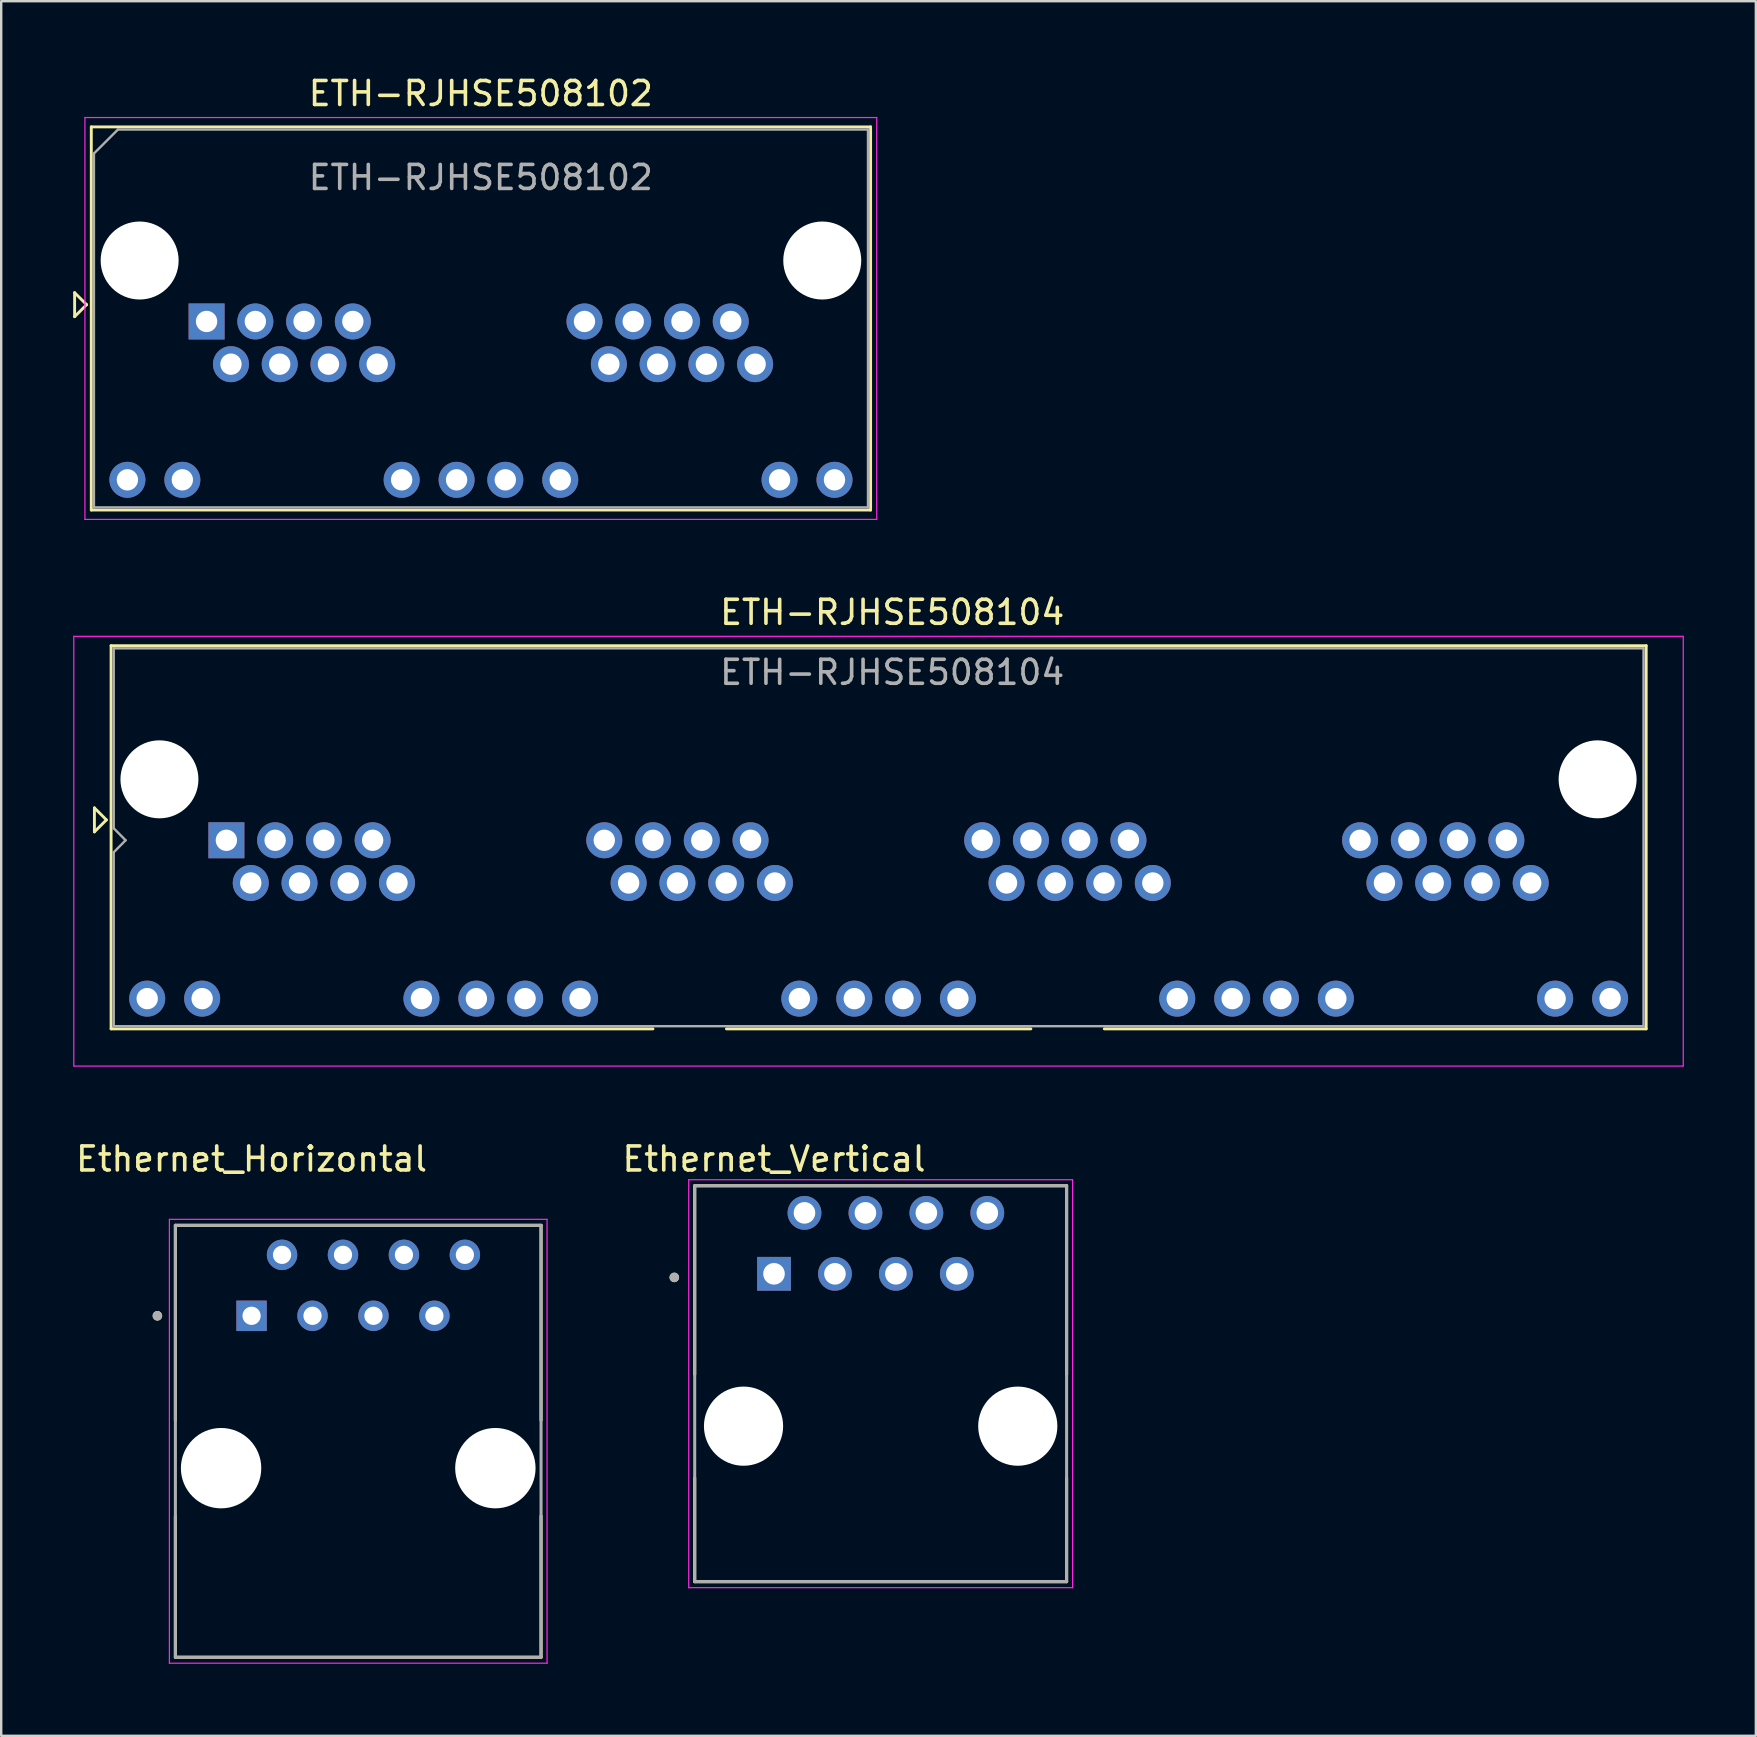
<source format=kicad_pcb>
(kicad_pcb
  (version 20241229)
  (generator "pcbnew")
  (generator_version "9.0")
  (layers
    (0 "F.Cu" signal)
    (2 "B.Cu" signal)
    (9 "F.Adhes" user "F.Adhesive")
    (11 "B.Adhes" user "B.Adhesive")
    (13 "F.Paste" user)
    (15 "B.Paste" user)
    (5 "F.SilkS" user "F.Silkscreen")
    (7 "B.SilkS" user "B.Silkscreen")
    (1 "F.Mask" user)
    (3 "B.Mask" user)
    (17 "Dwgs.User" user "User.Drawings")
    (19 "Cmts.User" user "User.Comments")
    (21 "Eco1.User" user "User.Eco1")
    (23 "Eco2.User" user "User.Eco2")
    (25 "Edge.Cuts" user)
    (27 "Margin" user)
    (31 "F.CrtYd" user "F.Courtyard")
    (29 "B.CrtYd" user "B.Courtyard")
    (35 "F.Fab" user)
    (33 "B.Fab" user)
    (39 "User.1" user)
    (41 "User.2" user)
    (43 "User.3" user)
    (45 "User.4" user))
  (footprint "ETH-RJHSE508102"
    (layer "F.Cu")
    (at 16.99 2.348)
    (property "Reference" "ETH-RJHSE508102" (at 0 -1.5 0) (layer "F.SilkS") (effects (font (size 1 1) (thickness 0.15))))
    (attr through_hole)
    (fp_line (start -16.93 6.8) (end -16.43 7.3) (stroke (width 0.12) (type solid)) (layer "F.SilkS"))
    (fp_line (start -16.93 7.8) (end -16.93 6.8) (stroke (width 0.12) (type solid)) (layer "F.SilkS"))
    (fp_line (start -16.43 7.3) (end -16.93 7.8) (stroke (width 0.12) (type solid)) (layer "F.SilkS"))
    (fp_line (start -16.235 -0.11) (end -16.235 15.86) (stroke (width 0.12) (type solid)) (layer "F.SilkS"))
    (fp_line (start -16.235 -0.11) (end 16.245 -0.11) (stroke (width 0.12) (type solid)) (layer "F.SilkS"))
    (fp_line (start -16.235 15.86) (end 16.245 15.86) (stroke (width 0.12) (type solid)) (layer "F.SilkS"))
    (fp_line (start 16.245 -0.11) (end 16.245 15.86) (stroke (width 0.12) (type solid)) (layer "F.SilkS"))
    (fp_line (start -16.5 -0.5) (end -16.5 16.25) (stroke (width 0.05) (type solid)) (layer "F.CrtYd"))
    (fp_line (start -16.5 -0.5) (end 16.5 -0.5) (stroke (width 0.05) (type solid)) (layer "F.CrtYd"))
    (fp_line (start -16.5 16.25) (end 16.5 16.25) (stroke (width 0.05) (type solid)) (layer "F.CrtYd"))
    (fp_line (start 16.5 -0.5) (end 16.5 16.25) (stroke (width 0.05) (type solid)) (layer "F.CrtYd"))
    (fp_line (start -16.125 1) (end -16.125 15.75) (stroke (width 0.1) (type solid)) (layer "F.Fab"))
    (fp_line (start -16.125 1) (end -15.125 0) (stroke (width 0.1) (type solid)) (layer "F.Fab"))
    (fp_line (start -16.125 15.75) (end 16.135 15.75) (stroke (width 0.1) (type solid)) (layer "F.Fab"))
    (fp_line (start -15.125 0) (end 16.135 0) (stroke (width 0.1) (type solid)) (layer "F.Fab"))
    (fp_line (start 16.135 0) (end 16.135 15.75) (stroke (width 0.1) (type solid)) (layer "F.Fab"))
    (fp_text user "${REFERENCE}" (at 0 2 0) (layer "F.Fab") (effects (font (size 1 1) (thickness 0.15))))
    (pad "" np_thru_hole circle (at -14.22 5.46) (size 3.25 3.25) (drill 3.25) (layers "*.Cu" "*.Mask"))
    (pad "" np_thru_hole circle (at 14.23 5.46) (size 3.25 3.25) (drill 3.25) (layers "*.Cu" "*.Mask"))
    (pad "1_1" thru_hole rect (at -11.43 8) (size 1.5 1.5) (drill 0.89) (layers "*.Cu" "*.Mask"))
    (pad "1_2" thru_hole circle (at -10.414 9.78) (size 1.5 1.5) (drill 0.89) (layers "*.Cu" "*.Mask"))
    (pad "1_3" thru_hole circle (at -9.398 8) (size 1.5 1.5) (drill 0.89) (layers "*.Cu" "*.Mask"))
    (pad "1_4" thru_hole circle (at -8.382 9.78) (size 1.5 1.5) (drill 0.89) (layers "*.Cu" "*.Mask"))
    (pad "1_5" thru_hole circle (at -7.366 8) (size 1.5 1.5) (drill 0.89) (layers "*.Cu" "*.Mask"))
    (pad "1_6" thru_hole circle (at -6.35 9.78) (size 1.5 1.5) (drill 0.89) (layers "*.Cu" "*.Mask"))
    (pad "1_7" thru_hole circle (at -5.334 8) (size 1.5 1.5) (drill 0.89) (layers "*.Cu" "*.Mask"))
    (pad "1_8" thru_hole circle (at -4.318 9.78) (size 1.5 1.5) (drill 0.89) (layers "*.Cu" "*.Mask"))
    (pad "1_9" thru_hole circle (at -14.73 14.6) (size 1.5 1.5) (drill 0.89) (layers "*.Cu" "*.Mask"))
    (pad "1_10" thru_hole circle (at -12.44 14.6) (size 1.5 1.5) (drill 0.89) (layers "*.Cu" "*.Mask"))
    (pad "1_11" thru_hole circle (at -3.3 14.6) (size 1.5 1.5) (drill 0.89) (layers "*.Cu" "*.Mask"))
    (pad "1_12" thru_hole circle (at -1.01 14.6) (size 1.5 1.5) (drill 0.89) (layers "*.Cu" "*.Mask"))
    (pad "2_1" thru_hole circle (at 4.32 8) (size 1.5 1.5) (drill 0.89) (layers "*.Cu" "*.Mask"))
    (pad "2_2" thru_hole circle (at 5.336 9.78) (size 1.5 1.5) (drill 0.89) (layers "*.Cu" "*.Mask"))
    (pad "2_3" thru_hole circle (at 6.352 8) (size 1.5 1.5) (drill 0.89) (layers "*.Cu" "*.Mask"))
    (pad "2_4" thru_hole circle (at 7.368 9.78) (size 1.5 1.5) (drill 0.89) (layers "*.Cu" "*.Mask"))
    (pad "2_5" thru_hole circle (at 8.384 8) (size 1.5 1.5) (drill 0.89) (layers "*.Cu" "*.Mask"))
    (pad "2_6" thru_hole circle (at 9.4 9.78) (size 1.5 1.5) (drill 0.89) (layers "*.Cu" "*.Mask"))
    (pad "2_7" thru_hole circle (at 10.416 8) (size 1.5 1.5) (drill 0.89) (layers "*.Cu" "*.Mask"))
    (pad "2_8" thru_hole circle (at 11.432 9.78) (size 1.5 1.5) (drill 0.89) (layers "*.Cu" "*.Mask"))
    (pad "2_9" thru_hole circle (at 1.02 14.6) (size 1.5 1.5) (drill 0.89) (layers "*.Cu" "*.Mask"))
    (pad "2_10" thru_hole circle (at 3.31 14.6) (size 1.5 1.5) (drill 0.89) (layers "*.Cu" "*.Mask"))
    (pad "2_11" thru_hole circle (at 12.45 14.6) (size 1.5 1.5) (drill 0.89) (layers "*.Cu" "*.Mask"))
    (pad "2_12" thru_hole circle (at 14.74 14.6) (size 1.5 1.5) (drill 0.89) (layers "*.Cu" "*.Mask")))
  (footprint "Ethernet_Vertical"
    (layer "F.Cu")
    (at 33.654 56.39)
    (property "Reference" "Ethernet_Vertical" (at -4.445 -11.135 0) (layer "F.SilkS") (effects (font (size 1 1) (thickness 0.15))))
    (attr through_hole)
    (fp_line (start -7.75 -10.02) (end 7.75 -10.02) (stroke (width 0.127) (type solid)) (layer "F.SilkS"))
    (fp_line (start -7.75 -2.16) (end -7.75 -10.02) (stroke (width 0.127) (type solid)) (layer "F.SilkS"))
    (fp_line (start -7.75 6.48) (end -7.75 2.16) (stroke (width 0.127) (type solid)) (layer "F.SilkS"))
    (fp_line (start 7.75 -10.02) (end 7.75 -2.16) (stroke (width 0.127) (type solid)) (layer "F.SilkS"))
    (fp_line (start 7.75 2.16) (end 7.75 6.48) (stroke (width 0.127) (type solid)) (layer "F.SilkS"))
    (fp_line (start 7.75 6.48) (end -7.75 6.48) (stroke (width 0.127) (type solid)) (layer "F.SilkS"))
    (fp_circle (center -8.6 -6.2) (end -8.5 -6.2) (stroke (width 0.2) (type solid)) (fill no) (layer "F.SilkS"))
    (fp_line (start -8 -10.27) (end 8 -10.27) (stroke (width 0.05) (type solid)) (layer "F.CrtYd"))
    (fp_line (start -8 6.73) (end -8 -10.27) (stroke (width 0.05) (type solid)) (layer "F.CrtYd"))
    (fp_line (start 8 -10.27) (end 8 6.73) (stroke (width 0.05) (type solid)) (layer "F.CrtYd"))
    (fp_line (start 8 6.73) (end -8 6.73) (stroke (width 0.05) (type solid)) (layer "F.CrtYd"))
    (fp_line (start -7.75 -10.02) (end 7.75 -10.02) (stroke (width 0.127) (type solid)) (layer "F.Fab"))
    (fp_line (start -7.75 6.48) (end -7.75 -10.02) (stroke (width 0.127) (type solid)) (layer "F.Fab"))
    (fp_line (start 7.75 -10.02) (end 7.75 6.48) (stroke (width 0.127) (type solid)) (layer "F.Fab"))
    (fp_line (start 7.75 6.48) (end -7.75 6.48) (stroke (width 0.127) (type solid)) (layer "F.Fab"))
    (fp_circle (center -8.6 -6.2) (end -8.5 -6.2) (stroke (width 0.2) (type solid)) (fill no) (layer "F.Fab"))
    (pad "" np_thru_hole circle (at -5.715 0) (size 3.3 3.3) (drill 3.3) (layers "*.Cu" "*.Mask"))
    (pad "" np_thru_hole circle (at 5.715 0) (size 3.3 3.3) (drill 3.3) (layers "*.Cu" "*.Mask"))
    (pad "1" thru_hole rect (at -4.445 -6.35) (size 1.408 1.408) (drill 0.9) (layers "*.Cu" "*.Mask"))
    (pad "2" thru_hole circle (at -3.175 -8.89) (size 1.408 1.408) (drill 0.9) (layers "*.Cu" "*.Mask"))
    (pad "3" thru_hole circle (at -1.905 -6.35) (size 1.408 1.408) (drill 0.9) (layers "*.Cu" "*.Mask"))
    (pad "4" thru_hole circle (at -0.635 -8.89) (size 1.408 1.408) (drill 0.9) (layers "*.Cu" "*.Mask"))
    (pad "5" thru_hole circle (at 0.635 -6.35) (size 1.408 1.408) (drill 0.9) (layers "*.Cu" "*.Mask"))
    (pad "6" thru_hole circle (at 1.905 -8.89) (size 1.408 1.408) (drill 0.9) (layers "*.Cu" "*.Mask"))
    (pad "7" thru_hole circle (at 3.175 -6.35) (size 1.408 1.408) (drill 0.9) (layers "*.Cu" "*.Mask"))
    (pad "8" thru_hole circle (at 4.445 -8.89) (size 1.408 1.408) (drill 0.9) (layers "*.Cu" "*.Mask")))
  (footprint "ETH-RJHSE508104"
    (layer "F.Cu")
    (at 33.385 31.971)
    (property "Reference" "ETH-RJHSE508104" (at 0.75 -9.5 0) (layer "F.SilkS") (effects (font (size 1 1) (thickness 0.15))))
    (attr through_hole)
    (fp_line (start -32.5 -1.35) (end -32 -0.85) (stroke (width 0.12) (type solid)) (layer "F.SilkS"))
    (fp_line (start -32.5 -0.35) (end -32.5 -1.35) (stroke (width 0.12) (type solid)) (layer "F.SilkS"))
    (fp_line (start -32 -0.85) (end -32.5 -0.35) (stroke (width 0.12) (type solid)) (layer "F.SilkS"))
    (fp_line (start -31.805 -8.11) (end -31.805 7.86) (stroke (width 0.12) (type solid)) (layer "F.SilkS"))
    (fp_line (start -31.805 -8.11) (end 32.175 -8.11) (stroke (width 0.12) (type solid)) (layer "F.SilkS"))
    (fp_line (start -31.805 7.86) (end -9.22 7.86) (stroke (width 0.12) (type solid)) (layer "F.SilkS"))
    (fp_line (start 6.53 7.86) (end -6.16 7.86) (stroke (width 0.12) (type solid)) (layer "F.SilkS"))
    (fp_line (start 9.59 7.86) (end 32.175 7.86) (stroke (width 0.12) (type solid)) (layer "F.SilkS"))
    (fp_line (start 32.175 -8.11) (end 32.175 7.86) (stroke (width 0.12) (type solid)) (layer "F.SilkS"))
    (fp_line (start -33.36 -8.5) (end -33.36 9.41) (stroke (width 0.05) (type solid)) (layer "F.CrtYd"))
    (fp_line (start -33.36 -8.5) (end 33.72 -8.5) (stroke (width 0.05) (type solid)) (layer "F.CrtYd"))
    (fp_line (start -33.36 9.41) (end 33.72 9.41) (stroke (width 0.05) (type solid)) (layer "F.CrtYd"))
    (fp_line (start 33.72 -8.5) (end 33.72 9.41) (stroke (width 0.05) (type solid)) (layer "F.CrtYd"))
    (fp_line (start -31.695 -8) (end -31.695 -0.5) (stroke (width 0.1) (type solid)) (layer "F.Fab"))
    (fp_line (start -31.695 -8) (end 32.065 -8) (stroke (width 0.1) (type solid)) (layer "F.Fab"))
    (fp_line (start -31.695 0.5) (end -31.695 7.75) (stroke (width 0.1) (type solid)) (layer "F.Fab"))
    (fp_line (start -31.695 0.5) (end -31.2 0) (stroke (width 0.1) (type solid)) (layer "F.Fab"))
    (fp_line (start -31.695 7.75) (end 32.065 7.75) (stroke (width 0.1) (type solid)) (layer "F.Fab"))
    (fp_line (start -31.2 0) (end -31.695 -0.5) (stroke (width 0.1) (type solid)) (layer "F.Fab"))
    (fp_line (start 32.065 -8) (end 32.065 7.75) (stroke (width 0.1) (type solid)) (layer "F.Fab"))
    (fp_text user "${REFERENCE}" (at 0.75 -7 0) (layer "F.Fab") (effects (font (size 1 1) (thickness 0.15))))
    (pad "" np_thru_hole circle (at -29.79 -2.54) (size 3.25 3.25) (drill 3.25) (layers "*.Cu" "*.Mask"))
    (pad "" np_thru_hole circle (at 30.15 -2.54) (size 3.25 3.25) (drill 3.25) (layers "*.Cu" "*.Mask"))
    (pad "1_1" thru_hole rect (at -27 0) (size 1.5 1.5) (drill 0.89) (layers "*.Cu" "*.Mask"))
    (pad "1_2" thru_hole circle (at -25.984 1.78) (size 1.5 1.5) (drill 0.89) (layers "*.Cu" "*.Mask"))
    (pad "1_3" thru_hole circle (at -24.968 0) (size 1.5 1.5) (drill 0.89) (layers "*.Cu" "*.Mask"))
    (pad "1_4" thru_hole circle (at -23.952 1.78) (size 1.5 1.5) (drill 0.89) (layers "*.Cu" "*.Mask"))
    (pad "1_5" thru_hole circle (at -22.936 0) (size 1.5 1.5) (drill 0.89) (layers "*.Cu" "*.Mask"))
    (pad "1_6" thru_hole circle (at -21.92 1.78) (size 1.5 1.5) (drill 0.89) (layers "*.Cu" "*.Mask"))
    (pad "1_7" thru_hole circle (at -20.904 0) (size 1.5 1.5) (drill 0.89) (layers "*.Cu" "*.Mask"))
    (pad "1_8" thru_hole circle (at -19.888 1.78) (size 1.5 1.5) (drill 0.89) (layers "*.Cu" "*.Mask"))
    (pad "1_9" thru_hole circle (at -30.3 6.6) (size 1.5 1.5) (drill 0.89) (layers "*.Cu" "*.Mask"))
    (pad "1_10" thru_hole circle (at -28.01 6.6) (size 1.5 1.5) (drill 0.89) (layers "*.Cu" "*.Mask"))
    (pad "1_11" thru_hole circle (at -18.87 6.6) (size 1.5 1.5) (drill 0.89) (layers "*.Cu" "*.Mask"))
    (pad "1_12" thru_hole circle (at -16.58 6.6) (size 1.5 1.5) (drill 0.89) (layers "*.Cu" "*.Mask"))
    (pad "2_1" thru_hole circle (at -11.25 0) (size 1.5 1.5) (drill 0.89) (layers "*.Cu" "*.Mask"))
    (pad "2_2" thru_hole circle (at -10.234 1.78) (size 1.5 1.5) (drill 0.89) (layers "*.Cu" "*.Mask"))
    (pad "2_3" thru_hole circle (at -9.218 0) (size 1.5 1.5) (drill 0.89) (layers "*.Cu" "*.Mask"))
    (pad "2_4" thru_hole circle (at -8.202 1.78) (size 1.5 1.5) (drill 0.89) (layers "*.Cu" "*.Mask"))
    (pad "2_5" thru_hole circle (at -7.186 0) (size 1.5 1.5) (drill 0.89) (layers "*.Cu" "*.Mask"))
    (pad "2_6" thru_hole circle (at -6.17 1.78) (size 1.5 1.5) (drill 0.89) (layers "*.Cu" "*.Mask"))
    (pad "2_7" thru_hole circle (at -5.154 0) (size 1.5 1.5) (drill 0.89) (layers "*.Cu" "*.Mask"))
    (pad "2_8" thru_hole circle (at -4.138 1.78) (size 1.5 1.5) (drill 0.89) (layers "*.Cu" "*.Mask"))
    (pad "2_9" thru_hole circle (at -14.55 6.6) (size 1.5 1.5) (drill 0.89) (layers "*.Cu" "*.Mask"))
    (pad "2_10" thru_hole circle (at -12.26 6.6) (size 1.5 1.5) (drill 0.89) (layers "*.Cu" "*.Mask"))
    (pad "2_11" thru_hole circle (at -3.12 6.6) (size 1.5 1.5) (drill 0.89) (layers "*.Cu" "*.Mask"))
    (pad "2_12" thru_hole circle (at -0.83 6.6) (size 1.5 1.5) (drill 0.89) (layers "*.Cu" "*.Mask"))
    (pad "3_1" thru_hole circle (at 4.5 0) (size 1.5 1.5) (drill 0.89) (layers "*.Cu" "*.Mask"))
    (pad "3_2" thru_hole circle (at 5.516 1.78) (size 1.5 1.5) (drill 0.89) (layers "*.Cu" "*.Mask"))
    (pad "3_3" thru_hole circle (at 6.532 0) (size 1.5 1.5) (drill 0.89) (layers "*.Cu" "*.Mask"))
    (pad "3_4" thru_hole circle (at 7.548 1.78) (size 1.5 1.5) (drill 0.89) (layers "*.Cu" "*.Mask"))
    (pad "3_5" thru_hole circle (at 8.564 0) (size 1.5 1.5) (drill 0.89) (layers "*.Cu" "*.Mask"))
    (pad "3_6" thru_hole circle (at 9.58 1.78) (size 1.5 1.5) (drill 0.89) (layers "*.Cu" "*.Mask"))
    (pad "3_7" thru_hole circle (at 10.596 0) (size 1.5 1.5) (drill 0.89) (layers "*.Cu" "*.Mask"))
    (pad "3_8" thru_hole circle (at 11.612 1.78) (size 1.5 1.5) (drill 0.89) (layers "*.Cu" "*.Mask"))
    (pad "3_9" thru_hole circle (at 1.2 6.6) (size 1.5 1.5) (drill 0.89) (layers "*.Cu" "*.Mask"))
    (pad "3_10" thru_hole circle (at 3.49 6.6) (size 1.5 1.5) (drill 0.89) (layers "*.Cu" "*.Mask"))
    (pad "3_11" thru_hole circle (at 12.63 6.6) (size 1.5 1.5) (drill 0.89) (layers "*.Cu" "*.Mask"))
    (pad "3_12" thru_hole circle (at 14.92 6.6) (size 1.5 1.5) (drill 0.89) (layers "*.Cu" "*.Mask"))
    (pad "4_1" thru_hole circle (at 20.25 0) (size 1.5 1.5) (drill 0.89) (layers "*.Cu" "*.Mask"))
    (pad "4_2" thru_hole circle (at 21.266 1.78) (size 1.5 1.5) (drill 0.89) (layers "*.Cu" "*.Mask"))
    (pad "4_3" thru_hole circle (at 22.282 0) (size 1.5 1.5) (drill 0.89) (layers "*.Cu" "*.Mask"))
    (pad "4_4" thru_hole circle (at 23.298 1.78) (size 1.5 1.5) (drill 0.89) (layers "*.Cu" "*.Mask"))
    (pad "4_5" thru_hole circle (at 24.314 0) (size 1.5 1.5) (drill 0.89) (layers "*.Cu" "*.Mask"))
    (pad "4_6" thru_hole circle (at 25.33 1.78) (size 1.5 1.5) (drill 0.89) (layers "*.Cu" "*.Mask"))
    (pad "4_7" thru_hole circle (at 26.346 0) (size 1.5 1.5) (drill 0.89) (layers "*.Cu" "*.Mask"))
    (pad "4_8" thru_hole circle (at 27.362 1.78) (size 1.5 1.5) (drill 0.89) (layers "*.Cu" "*.Mask"))
    (pad "4_9" thru_hole circle (at 16.95 6.6) (size 1.5 1.5) (drill 0.89) (layers "*.Cu" "*.Mask"))
    (pad "4_10" thru_hole circle (at 19.24 6.6) (size 1.5 1.5) (drill 0.89) (layers "*.Cu" "*.Mask"))
    (pad "4_11" thru_hole circle (at 28.38 6.6) (size 1.5 1.5) (drill 0.89) (layers "*.Cu" "*.Mask"))
    (pad "4_12" thru_hole circle (at 30.67 6.6) (size 1.5 1.5) (drill 0.89) (layers "*.Cu" "*.Mask")))
  (footprint "Ethernet_Horizontal"
    (layer "F.Cu")
    (at 11.88 58.14)
    (property "Reference" "Ethernet_Horizontal" (at -4.445 -12.885 0) (layer "F.SilkS") (effects (font (size 1 1) (thickness 0.15))))
    (attr through_hole)
    (fp_line (start -7.62 -10.12) (end -7.62 -1.995) (stroke (width 0.127) (type solid)) (layer "F.SilkS"))
    (fp_line (start -7.62 7.88) (end -7.62 1.995) (stroke (width 0.127) (type solid)) (layer "F.SilkS"))
    (fp_line (start -7.62 7.88) (end 7.62 7.88) (stroke (width 0.127) (type solid)) (layer "F.SilkS"))
    (fp_line (start 7.62 -10.12) (end -7.62 -10.12) (stroke (width 0.127) (type solid)) (layer "F.SilkS"))
    (fp_line (start 7.62 -1.995) (end 7.62 -10.12) (stroke (width 0.127) (type solid)) (layer "F.SilkS"))
    (fp_line (start 7.62 7.88) (end 7.62 1.995) (stroke (width 0.127) (type solid)) (layer "F.SilkS"))
    (fp_circle (center -8.37 -6.35) (end -8.27 -6.35) (stroke (width 0.2) (type solid)) (fill no) (layer "F.SilkS"))
    (fp_line (start -7.87 -10.37) (end -7.87 8.13) (stroke (width 0.05) (type solid)) (layer "F.CrtYd"))
    (fp_line (start -7.87 8.13) (end 7.87 8.13) (stroke (width 0.05) (type solid)) (layer "F.CrtYd"))
    (fp_line (start 7.87 -10.37) (end -7.87 -10.37) (stroke (width 0.05) (type solid)) (layer "F.CrtYd"))
    (fp_line (start 7.87 8.13) (end 7.87 -10.37) (stroke (width 0.05) (type solid)) (layer "F.CrtYd"))
    (fp_line (start -7.62 -10.12) (end -7.62 7.88) (stroke (width 0.127) (type solid)) (layer "F.Fab"))
    (fp_line (start -7.62 7.88) (end 7.62 7.88) (stroke (width 0.127) (type solid)) (layer "F.Fab"))
    (fp_line (start 7.62 -10.12) (end -7.62 -10.12) (stroke (width 0.127) (type solid)) (layer "F.Fab"))
    (fp_line (start 7.62 7.88) (end 7.62 -10.12) (stroke (width 0.127) (type solid)) (layer "F.Fab"))
    (fp_circle (center -8.37 -6.35) (end -8.27 -6.35) (stroke (width 0.2) (type solid)) (fill no) (layer "F.Fab"))
    (pad "" np_thru_hole circle (at -5.716 0) (size 3.35 3.35) (drill 3.35) (layers "*.Cu" "*.Mask"))
    (pad "" np_thru_hole circle (at 5.716 0) (size 3.35 3.35) (drill 3.35) (layers "*.Cu" "*.Mask"))
    (pad "1" thru_hole rect (at -4.445 -6.35) (size 1.268 1.268) (drill 0.76) (layers "*.Cu" "*.Mask"))
    (pad "2" thru_hole circle (at -3.175 -8.89) (size 1.268 1.268) (drill 0.76) (layers "*.Cu" "*.Mask"))
    (pad "3" thru_hole circle (at -1.905 -6.35) (size 1.268 1.268) (drill 0.76) (layers "*.Cu" "*.Mask"))
    (pad "4" thru_hole circle (at -0.635 -8.89) (size 1.268 1.268) (drill 0.76) (layers "*.Cu" "*.Mask"))
    (pad "5" thru_hole circle (at 0.635 -6.35) (size 1.268 1.268) (drill 0.76) (layers "*.Cu" "*.Mask"))
    (pad "6" thru_hole circle (at 1.905 -8.89) (size 1.268 1.268) (drill 0.76) (layers "*.Cu" "*.Mask"))
    (pad "7" thru_hole circle (at 3.175 -6.35) (size 1.268 1.268) (drill 0.76) (layers "*.Cu" "*.Mask"))
    (pad "8" thru_hole circle (at 4.445 -8.89) (size 1.268 1.268) (drill 0.76) (layers "*.Cu" "*.Mask")))
  (gr_rect
    (start -3 -3)
    (end 70.13 69.295)
    (stroke (width 0.1) (type default))
    (fill no)
    (layer "Edge.Cuts")))
</source>
